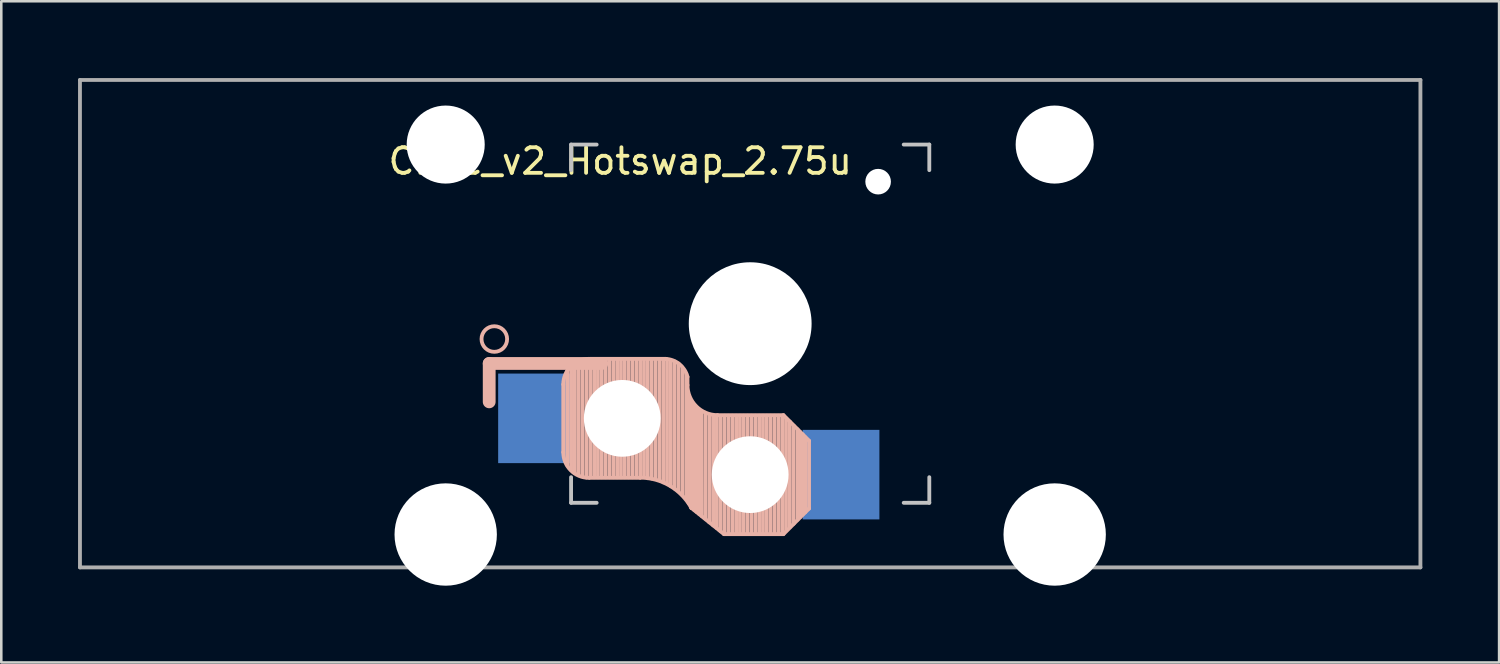
<source format=kicad_pcb>
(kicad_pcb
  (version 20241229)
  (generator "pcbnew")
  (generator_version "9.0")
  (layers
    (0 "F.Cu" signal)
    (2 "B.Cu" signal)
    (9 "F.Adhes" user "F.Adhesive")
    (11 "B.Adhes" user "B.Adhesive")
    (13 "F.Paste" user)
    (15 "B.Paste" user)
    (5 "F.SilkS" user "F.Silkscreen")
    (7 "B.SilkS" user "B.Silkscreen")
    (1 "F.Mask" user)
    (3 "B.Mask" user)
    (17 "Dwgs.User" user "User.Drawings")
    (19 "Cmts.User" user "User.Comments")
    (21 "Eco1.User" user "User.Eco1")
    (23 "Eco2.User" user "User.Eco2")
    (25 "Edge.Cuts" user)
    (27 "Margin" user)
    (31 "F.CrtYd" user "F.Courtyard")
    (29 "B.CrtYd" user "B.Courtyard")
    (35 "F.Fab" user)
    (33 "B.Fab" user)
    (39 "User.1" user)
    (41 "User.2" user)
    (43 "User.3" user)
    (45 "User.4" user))
  (footprint "Choc_v2_Hotswap_2.75u"
    (layer "F.Cu")
    (at 26.269 9.6)
    (property "Reference" "Choc_v2_Hotswap_2.75u" (at -5.08 -6.35 180) (layer "F.SilkS") (effects (font (size 1 1) (thickness 0.15))))
    (attr through_hole)
    (fp_line (start -10.2 1.555) (end -10.2 3.055) (stroke (width 0.5) (type default)) (layer "B.SilkS"))
    (fp_line (start -7.305 2.375) (end -7.305 5.025) (stroke (width 0.15) (type solid)) (layer "B.SilkS"))
    (fp_line (start -7.15 5.53) (end -7.15 1.85) (stroke (width 0.15) (type solid)) (layer "B.SilkS"))
    (fp_line (start -7 5.7) (end -7 1.73) (stroke (width 0.15) (type solid)) (layer "B.SilkS"))
    (fp_line (start -6.85 5.84) (end -6.85 1.7) (stroke (width 0.15) (type solid)) (layer "B.SilkS"))
    (fp_line (start -6.7 5.92) (end -6.7 1.8) (stroke (width 0.15) (type solid)) (layer "B.SilkS"))
    (fp_line (start -6.55 5.97) (end -6.55 1.65) (stroke (width 0.15) (type solid)) (layer "B.SilkS"))
    (fp_line (start -6.4 6.01) (end -6.4 1.5) (stroke (width 0.15) (type solid)) (layer "B.SilkS"))
    (fp_line (start -6.25 6) (end -6.25 1.4) (stroke (width 0.15) (type solid)) (layer "B.SilkS"))
    (fp_line (start -6.1 6) (end -6.1 1.4) (stroke (width 0.15) (type solid)) (layer "B.SilkS"))
    (fp_line (start -5.95 6) (end -5.95 1.4) (stroke (width 0.15) (type solid)) (layer "B.SilkS"))
    (fp_line (start -5.8 1.555) (end -10.2 1.555) (stroke (width 0.5) (type default)) (layer "B.SilkS"))
    (fp_line (start -5.8 6) (end -5.8 1.4) (stroke (width 0.15) (type solid)) (layer "B.SilkS"))
    (fp_line (start -5.65 6) (end -5.65 1.4) (stroke (width 0.15) (type solid)) (layer "B.SilkS"))
    (fp_line (start -5.5 6) (end -5.5 1.4) (stroke (width 0.15) (type solid)) (layer "B.SilkS"))
    (fp_line (start -5.35 6) (end -5.35 1.4) (stroke (width 0.15) (type solid)) (layer "B.SilkS"))
    (fp_line (start -5.2 6) (end -5.2 1.4) (stroke (width 0.15) (type solid)) (layer "B.SilkS"))
    (fp_line (start -5.05 6) (end -5.05 1.4) (stroke (width 0.15) (type solid)) (layer "B.SilkS"))
    (fp_line (start -4.9 6) (end -4.9 1.4) (stroke (width 0.15) (type solid)) (layer "B.SilkS"))
    (fp_line (start -4.75 6) (end -4.75 1.4) (stroke (width 0.15) (type solid)) (layer "B.SilkS"))
    (fp_line (start -4.6 6) (end -4.6 1.4) (stroke (width 0.15) (type solid)) (layer "B.SilkS"))
    (fp_line (start -4.45 6) (end -4.45 1.4) (stroke (width 0.15) (type solid)) (layer "B.SilkS"))
    (fp_line (start -4.3 6) (end -4.3 1.4) (stroke (width 0.15) (type solid)) (layer "B.SilkS"))
    (fp_line (start -4.3 6.025) (end -6.275 6.025) (stroke (width 0.15) (type solid)) (layer "B.SilkS"))
    (fp_line (start -4.15 6) (end -4.15 1.45) (stroke (width 0.15) (type solid)) (layer "B.SilkS"))
    (fp_line (start -4 6.04) (end -4 1.4) (stroke (width 0.15) (type solid)) (layer "B.SilkS"))
    (fp_line (start -3.85 6.05) (end -3.85 1.4) (stroke (width 0.15) (type solid)) (layer "B.SilkS"))
    (fp_line (start -3.7 6.05) (end -3.7 1.45) (stroke (width 0.15) (type solid)) (layer "B.SilkS"))
    (fp_line (start -3.55 6.1) (end -3.55 1.39) (stroke (width 0.15) (type solid)) (layer "B.SilkS"))
    (fp_line (start -3.4 6.2) (end -3.4 1.38) (stroke (width 0.15) (type solid)) (layer "B.SilkS"))
    (fp_line (start -3.311 1.375) (end -6.275 1.375) (stroke (width 0.15) (type solid)) (layer "B.SilkS"))
    (fp_line (start -3.25 6.25) (end -3.25 1.4) (stroke (width 0.15) (type solid)) (layer "B.SilkS"))
    (fp_line (start -3.1 6.35) (end -3.1 1.43) (stroke (width 0.15) (type solid)) (layer "B.SilkS"))
    (fp_line (start -2.95 6.45) (end -2.95 1.48) (stroke (width 0.15) (type solid)) (layer "B.SilkS"))
    (fp_line (start -2.8 6.55) (end -2.8 1.56) (stroke (width 0.15) (type solid)) (layer "B.SilkS"))
    (fp_line (start -2.65 6.7) (end -2.65 1.75) (stroke (width 0.15) (type solid)) (layer "B.SilkS"))
    (fp_line (start -2.5 6.85) (end -2.5 1.95) (stroke (width 0.15) (type solid)) (layer "B.SilkS"))
    (fp_line (start -2.45 2.4) (end -2.45 2.077) (stroke (width 0.15) (type default)) (layer "B.SilkS"))
    (fp_line (start -2.4 7.02) (end -2.4 2.9) (stroke (width 0.15) (type solid)) (layer "B.SilkS"))
    (fp_line (start -2.3 7.2) (end -2.3 3.05) (stroke (width 0.15) (type solid)) (layer "B.SilkS"))
    (fp_line (start -2.3 7.2) (end -1.025 8.225) (stroke (width 0.15) (type solid)) (layer "B.SilkS"))
    (fp_line (start -2.2 7.27) (end -2.2 3.25) (stroke (width 0.15) (type solid)) (layer "B.SilkS"))
    (fp_line (start -2.1 7.35) (end -2.1 3.35) (stroke (width 0.15) (type solid)) (layer "B.SilkS"))
    (fp_line (start -2 7.43) (end -2 3.4) (stroke (width 0.15) (type solid)) (layer "B.SilkS"))
    (fp_line (start -1.89 7.52) (end -1.9 3.45) (stroke (width 0.15) (type solid)) (layer "B.SilkS"))
    (fp_line (start -1.75 7.62) (end -1.75 3.5) (stroke (width 0.15) (type solid)) (layer "B.SilkS"))
    (fp_line (start -1.6 7.76) (end -1.6 3.6) (stroke (width 0.15) (type solid)) (layer "B.SilkS"))
    (fp_line (start -1.45 7.88) (end -1.45 3.6) (stroke (width 0.15) (type solid)) (layer "B.SilkS"))
    (fp_line (start -1.3 7.99) (end -1.3 3.6) (stroke (width 0.15) (type solid)) (layer "B.SilkS"))
    (fp_line (start -1.15 8.11) (end -1.15 3.65) (stroke (width 0.15) (type solid)) (layer "B.SilkS"))
    (fp_line (start -1 8.2) (end -1 3.6) (stroke (width 0.15) (type solid)) (layer "B.SilkS"))
    (fp_line (start -0.85 8.2) (end -0.85 3.6) (stroke (width 0.15) (type solid)) (layer "B.SilkS"))
    (fp_line (start -0.7 8.2) (end -0.7 3.6) (stroke (width 0.15) (type solid)) (layer "B.SilkS"))
    (fp_line (start -0.55 8.2) (end -0.55 3.6) (stroke (width 0.15) (type solid)) (layer "B.SilkS"))
    (fp_line (start -0.4 8.2) (end -0.4 3.6) (stroke (width 0.15) (type solid)) (layer "B.SilkS"))
    (fp_line (start -0.25 8.2) (end -0.25 3.6) (stroke (width 0.15) (type solid)) (layer "B.SilkS"))
    (fp_line (start -0.1 8.2) (end -0.1 3.6) (stroke (width 0.15) (type solid)) (layer "B.SilkS"))
    (fp_line (start 0.05 8.2) (end 0.05 3.6) (stroke (width 0.15) (type solid)) (layer "B.SilkS"))
    (fp_line (start 0.2 8.2) (end 0.2 3.6) (stroke (width 0.15) (type solid)) (layer "B.SilkS"))
    (fp_line (start 0.35 8.2) (end 0.35 3.6) (stroke (width 0.15) (type solid)) (layer "B.SilkS"))
    (fp_line (start 0.5 8.2) (end 0.5 3.6) (stroke (width 0.15) (type solid)) (layer "B.SilkS"))
    (fp_line (start 0.65 8.2) (end 0.65 3.6) (stroke (width 0.15) (type solid)) (layer "B.SilkS"))
    (fp_line (start 0.8 8.2) (end 0.8 3.6) (stroke (width 0.15) (type solid)) (layer "B.SilkS"))
    (fp_line (start 0.95 8.2) (end 0.95 3.6) (stroke (width 0.15) (type solid)) (layer "B.SilkS"))
    (fp_line (start 1.1 8.2) (end 1.1 3.6) (stroke (width 0.15) (type solid)) (layer "B.SilkS"))
    (fp_line (start 1.25 8.2) (end 1.25 3.6) (stroke (width 0.15) (type solid)) (layer "B.SilkS"))
    (fp_line (start 1.3 3.575) (end -1.275 3.575) (stroke (width 0.15) (type solid)) (layer "B.SilkS"))
    (fp_line (start 1.3 8.225) (end -1.025 8.225) (stroke (width 0.15) (type solid)) (layer "B.SilkS"))
    (fp_line (start 1.4 8.09) (end 1.4 3.7) (stroke (width 0.15) (type solid)) (layer "B.SilkS"))
    (fp_line (start 1.55 7.95) (end 1.55 3.83) (stroke (width 0.15) (type solid)) (layer "B.SilkS"))
    (fp_line (start 1.7 7.82) (end 1.7 3.99) (stroke (width 0.15) (type solid)) (layer "B.SilkS"))
    (fp_line (start 1.85 7.66) (end 1.85 4.13) (stroke (width 0.15) (type solid)) (layer "B.SilkS"))
    (fp_line (start 1.95 7.56) (end 1.95 4.23) (stroke (width 0.15) (type solid)) (layer "B.SilkS"))
    (fp_line (start 2.05 7.45) (end 2.05 4.33) (stroke (width 0.15) (type solid)) (layer "B.SilkS"))
    (fp_line (start 2.15 7.37) (end 2.15 4.44) (stroke (width 0.15) (type solid)) (layer "B.SilkS"))
    (fp_line (start 2.3 4.575) (end 1.3 3.575) (stroke (width 0.15) (type solid)) (layer "B.SilkS"))
    (fp_line (start 2.3 4.575) (end 2.3 7.225) (stroke (width 0.15) (type solid)) (layer "B.SilkS"))
    (fp_line (start 2.3 7.225) (end 1.3 8.225) (stroke (width 0.15) (type solid)) (layer "B.SilkS"))
    (fp_arc (start -7.305 2.375) (mid -7.012107 1.667893) (end -6.305 1.375) (stroke (width 0.15) (type solid)) (layer "B.SilkS"))
    (fp_arc (start -6.305 6.025) (mid -7.012107 5.732107) (end -7.305 5.025) (stroke (width 0.15) (type solid)) (layer "B.SilkS"))
    (fp_arc (start -4.3 6.017458) (mid -3.138277 6.335211) (end -2.3 7.2) (stroke (width 0.15) (type solid)) (layer "B.SilkS"))
    (fp_arc (start -3.311204 1.375) (mid -2.763915 1.58277) (end -2.45 2.076887) (stroke (width 0.15) (type solid)) (layer "B.SilkS"))
    (fp_arc (start -1.275 3.575) (mid -2.10585 3.23085) (end -2.45 2.4) (stroke (width 0.15) (type solid)) (layer "B.SilkS"))
    (fp_circle (center -10 0.6) (end -9.5 0.6) (stroke (width 0.15) (type default)) (fill no) (layer "B.SilkS"))
    (fp_line (start -7 -7) (end -6 -7) (stroke (width 0.15) (type solid)) (layer "Dwgs.User"))
    (fp_line (start -7 -6) (end -7 -7) (stroke (width 0.15) (type solid)) (layer "Dwgs.User"))
    (fp_line (start -7 7) (end -7 6) (stroke (width 0.15) (type solid)) (layer "Dwgs.User"))
    (fp_line (start -6 7) (end -7 7) (stroke (width 0.15) (type solid)) (layer "Dwgs.User"))
    (fp_line (start 6 7) (end 7 7) (stroke (width 0.15) (type solid)) (layer "Dwgs.User"))
    (fp_line (start 7 -7) (end 6 -7) (stroke (width 0.15) (type solid)) (layer "Dwgs.User"))
    (fp_line (start 7 -6) (end 7 -7) (stroke (width 0.15) (type solid)) (layer "Dwgs.User"))
    (fp_line (start 7 7) (end 7 6) (stroke (width 0.15) (type solid)) (layer "Dwgs.User"))
    (fp_line (start -26.194 -9.525) (end -26.194 9.525) (stroke (width 0.15) (type solid)) (layer "F.Fab"))
    (fp_line (start -26.194 9.525) (end 26.194 9.525) (stroke (width 0.15) (type solid)) (layer "F.Fab"))
    (fp_line (start 26.194 -9.525) (end -26.194 -9.525) (stroke (width 0.15) (type solid)) (layer "F.Fab"))
    (fp_line (start 26.194 9.525) (end 26.194 -9.525) (stroke (width 0.15) (type solid)) (layer "F.Fab"))
    (pad "" np_thru_hole circle (at -11.9 -7 180) (size 3.05 3.05) (drill 3.05) (layers "*.Cu" "*.Mask"))
    (pad "" np_thru_hole circle (at -11.9 8.24 180) (size 4 4) (drill 4) (layers "*.Cu" "*.Mask"))
    (pad "" np_thru_hole circle (at -5 3.7 90) (size 3 3) (drill 3) (layers "*.Cu" "*.Mask"))
    (pad "" np_thru_hole circle (at 0 0 90) (size 4.8 4.8) (drill 4.8) (layers "*.Cu" "*.Mask"))
    (pad "" np_thru_hole circle (at 0 5.9 90) (size 3 3) (drill 3) (layers "*.Cu" "*.Mask"))
    (pad "" np_thru_hole circle (at 5 -5.55) (size 1 1) (drill oval 1) (layers "*.Cu" "*.Mask"))
    (pad "" np_thru_hole circle (at 11.9 -7 180) (size 3.05 3.05) (drill 3.05) (layers "*.Cu" "*.Mask"))
    (pad "" np_thru_hole circle (at 11.9 8.24 180) (size 4 4) (drill 4) (layers "*.Cu" "*.Mask"))
    (pad "1" smd rect (at -8.35 3.7 180) (size 3 3.5) (layers "B.Cu" "B.Mask" "B.Paste"))
    (pad "2" smd rect (at 3.55 5.9 180) (size 3 3.5) (layers "B.Cu" "B.Mask" "B.Paste")))
  (gr_rect
    (start -3 -3)
    (end 55.538 22.84)
    (stroke (width 0.1) (type default))
    (fill no)
    (layer "Edge.Cuts")))
</source>
